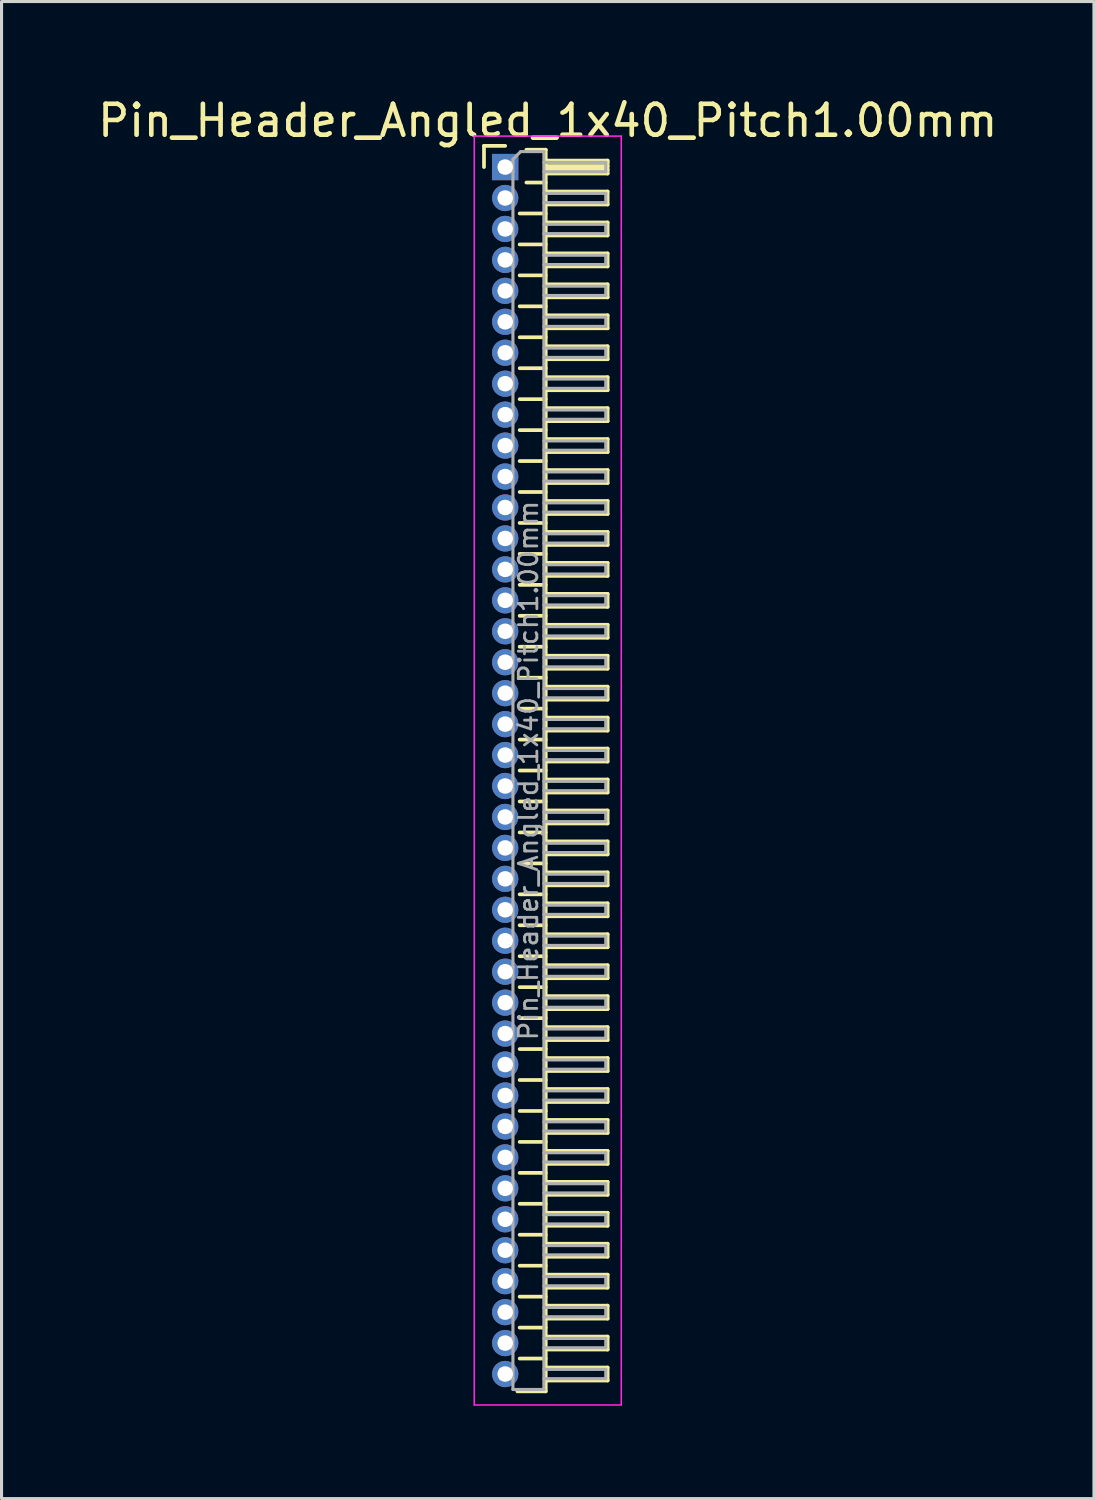
<source format=kicad_pcb>
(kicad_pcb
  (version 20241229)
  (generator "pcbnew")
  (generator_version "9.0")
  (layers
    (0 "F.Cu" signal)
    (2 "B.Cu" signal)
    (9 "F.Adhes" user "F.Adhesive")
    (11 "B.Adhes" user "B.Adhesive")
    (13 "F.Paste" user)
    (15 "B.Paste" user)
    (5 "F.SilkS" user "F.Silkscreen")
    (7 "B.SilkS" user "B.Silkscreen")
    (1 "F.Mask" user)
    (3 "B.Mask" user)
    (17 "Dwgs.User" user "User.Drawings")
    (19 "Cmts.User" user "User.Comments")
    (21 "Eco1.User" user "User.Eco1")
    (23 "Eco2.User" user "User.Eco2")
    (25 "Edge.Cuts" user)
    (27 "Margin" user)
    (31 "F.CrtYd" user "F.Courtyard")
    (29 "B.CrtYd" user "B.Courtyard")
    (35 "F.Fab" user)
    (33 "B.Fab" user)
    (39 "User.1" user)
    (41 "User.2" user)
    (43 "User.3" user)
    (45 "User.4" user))
  (footprint "Pin_Header_Angled_1x40_Pitch1.00mm"
    (layer "F.Cu")
    (at 13.274 2.348)
    (property "Reference" "Pin_Header_Angled_1x40_Pitch1.00mm" (at 1.375 -1.5 0) (layer "F.SilkS") (effects (font (size 1 1) (thickness 0.15))))
    (attr through_hole)
    (fp_line (start -0.685 -0.685) (end 0 -0.685) (stroke (width 0.12) (type solid)) (layer "F.SilkS"))
    (fp_line (start -0.685 0) (end -0.685 -0.685) (stroke (width 0.12) (type solid)) (layer "F.SilkS"))
    (fp_line (start 0.468 1.5) (end 1.31 1.5) (stroke (width 0.12) (type solid)) (layer "F.SilkS"))
    (fp_line (start 0.468 2.5) (end 1.31 2.5) (stroke (width 0.12) (type solid)) (layer "F.SilkS"))
    (fp_line (start 0.468 3.5) (end 1.31 3.5) (stroke (width 0.12) (type solid)) (layer "F.SilkS"))
    (fp_line (start 0.468 4.5) (end 1.31 4.5) (stroke (width 0.12) (type solid)) (layer "F.SilkS"))
    (fp_line (start 0.468 5.5) (end 1.31 5.5) (stroke (width 0.12) (type solid)) (layer "F.SilkS"))
    (fp_line (start 0.468 6.5) (end 1.31 6.5) (stroke (width 0.12) (type solid)) (layer "F.SilkS"))
    (fp_line (start 0.468 7.5) (end 1.31 7.5) (stroke (width 0.12) (type solid)) (layer "F.SilkS"))
    (fp_line (start 0.468 8.5) (end 1.31 8.5) (stroke (width 0.12) (type solid)) (layer "F.SilkS"))
    (fp_line (start 0.468 9.5) (end 1.31 9.5) (stroke (width 0.12) (type solid)) (layer "F.SilkS"))
    (fp_line (start 0.468 10.5) (end 1.31 10.5) (stroke (width 0.12) (type solid)) (layer "F.SilkS"))
    (fp_line (start 0.468 11.5) (end 1.31 11.5) (stroke (width 0.12) (type solid)) (layer "F.SilkS"))
    (fp_line (start 0.468 12.5) (end 1.31 12.5) (stroke (width 0.12) (type solid)) (layer "F.SilkS"))
    (fp_line (start 0.468 13.5) (end 1.31 13.5) (stroke (width 0.12) (type solid)) (layer "F.SilkS"))
    (fp_line (start 0.468 14.5) (end 1.31 14.5) (stroke (width 0.12) (type solid)) (layer "F.SilkS"))
    (fp_line (start 0.468 15.5) (end 1.31 15.5) (stroke (width 0.12) (type solid)) (layer "F.SilkS"))
    (fp_line (start 0.468 16.5) (end 1.31 16.5) (stroke (width 0.12) (type solid)) (layer "F.SilkS"))
    (fp_line (start 0.468 17.5) (end 1.31 17.5) (stroke (width 0.12) (type solid)) (layer "F.SilkS"))
    (fp_line (start 0.468 18.5) (end 1.31 18.5) (stroke (width 0.12) (type solid)) (layer "F.SilkS"))
    (fp_line (start 0.468 19.5) (end 1.31 19.5) (stroke (width 0.12) (type solid)) (layer "F.SilkS"))
    (fp_line (start 0.468 20.5) (end 1.31 20.5) (stroke (width 0.12) (type solid)) (layer "F.SilkS"))
    (fp_line (start 0.468 21.5) (end 1.31 21.5) (stroke (width 0.12) (type solid)) (layer "F.SilkS"))
    (fp_line (start 0.468 22.5) (end 1.31 22.5) (stroke (width 0.12) (type solid)) (layer "F.SilkS"))
    (fp_line (start 0.468 23.5) (end 1.31 23.5) (stroke (width 0.12) (type solid)) (layer "F.SilkS"))
    (fp_line (start 0.468 24.5) (end 1.31 24.5) (stroke (width 0.12) (type solid)) (layer "F.SilkS"))
    (fp_line (start 0.468 25.5) (end 1.31 25.5) (stroke (width 0.12) (type solid)) (layer "F.SilkS"))
    (fp_line (start 0.468 26.5) (end 1.31 26.5) (stroke (width 0.12) (type solid)) (layer "F.SilkS"))
    (fp_line (start 0.468 27.5) (end 1.31 27.5) (stroke (width 0.12) (type solid)) (layer "F.SilkS"))
    (fp_line (start 0.468 28.5) (end 1.31 28.5) (stroke (width 0.12) (type solid)) (layer "F.SilkS"))
    (fp_line (start 0.468 29.5) (end 1.31 29.5) (stroke (width 0.12) (type solid)) (layer "F.SilkS"))
    (fp_line (start 0.468 30.5) (end 1.31 30.5) (stroke (width 0.12) (type solid)) (layer "F.SilkS"))
    (fp_line (start 0.468 31.5) (end 1.31 31.5) (stroke (width 0.12) (type solid)) (layer "F.SilkS"))
    (fp_line (start 0.468 32.5) (end 1.31 32.5) (stroke (width 0.12) (type solid)) (layer "F.SilkS"))
    (fp_line (start 0.468 33.5) (end 1.31 33.5) (stroke (width 0.12) (type solid)) (layer "F.SilkS"))
    (fp_line (start 0.468 34.5) (end 1.31 34.5) (stroke (width 0.12) (type solid)) (layer "F.SilkS"))
    (fp_line (start 0.468 35.5) (end 1.31 35.5) (stroke (width 0.12) (type solid)) (layer "F.SilkS"))
    (fp_line (start 0.468 36.5) (end 1.31 36.5) (stroke (width 0.12) (type solid)) (layer "F.SilkS"))
    (fp_line (start 0.468 37.5) (end 1.31 37.5) (stroke (width 0.12) (type solid)) (layer "F.SilkS"))
    (fp_line (start 0.468 38.5) (end 1.31 38.5) (stroke (width 0.12) (type solid)) (layer "F.SilkS"))
    (fp_line (start 0.685 -0.56) (end 1.31 -0.56) (stroke (width 0.12) (type solid)) (layer "F.SilkS"))
    (fp_line (start 0.685 0.5) (end 1.31 0.5) (stroke (width 0.12) (type solid)) (layer "F.SilkS"))
    (fp_line (start 1.31 -0.56) (end 1.31 39.56) (stroke (width 0.12) (type solid)) (layer "F.SilkS"))
    (fp_line (start 1.31 -0.21) (end 3.31 -0.21) (stroke (width 0.12) (type solid)) (layer "F.SilkS"))
    (fp_line (start 1.31 -0.15) (end 3.31 -0.15) (stroke (width 0.12) (type solid)) (layer "F.SilkS"))
    (fp_line (start 1.31 -0.03) (end 3.31 -0.03) (stroke (width 0.12) (type solid)) (layer "F.SilkS"))
    (fp_line (start 1.31 0.09) (end 3.31 0.09) (stroke (width 0.12) (type solid)) (layer "F.SilkS"))
    (fp_line (start 1.31 0.79) (end 3.31 0.79) (stroke (width 0.12) (type solid)) (layer "F.SilkS"))
    (fp_line (start 1.31 1.79) (end 3.31 1.79) (stroke (width 0.12) (type solid)) (layer "F.SilkS"))
    (fp_line (start 1.31 2.79) (end 3.31 2.79) (stroke (width 0.12) (type solid)) (layer "F.SilkS"))
    (fp_line (start 1.31 3.79) (end 3.31 3.79) (stroke (width 0.12) (type solid)) (layer "F.SilkS"))
    (fp_line (start 1.31 4.79) (end 3.31 4.79) (stroke (width 0.12) (type solid)) (layer "F.SilkS"))
    (fp_line (start 1.31 5.79) (end 3.31 5.79) (stroke (width 0.12) (type solid)) (layer "F.SilkS"))
    (fp_line (start 1.31 6.79) (end 3.31 6.79) (stroke (width 0.12) (type solid)) (layer "F.SilkS"))
    (fp_line (start 1.31 7.79) (end 3.31 7.79) (stroke (width 0.12) (type solid)) (layer "F.SilkS"))
    (fp_line (start 1.31 8.79) (end 3.31 8.79) (stroke (width 0.12) (type solid)) (layer "F.SilkS"))
    (fp_line (start 1.31 9.79) (end 3.31 9.79) (stroke (width 0.12) (type solid)) (layer "F.SilkS"))
    (fp_line (start 1.31 10.79) (end 3.31 10.79) (stroke (width 0.12) (type solid)) (layer "F.SilkS"))
    (fp_line (start 1.31 11.79) (end 3.31 11.79) (stroke (width 0.12) (type solid)) (layer "F.SilkS"))
    (fp_line (start 1.31 12.79) (end 3.31 12.79) (stroke (width 0.12) (type solid)) (layer "F.SilkS"))
    (fp_line (start 1.31 13.79) (end 3.31 13.79) (stroke (width 0.12) (type solid)) (layer "F.SilkS"))
    (fp_line (start 1.31 14.79) (end 3.31 14.79) (stroke (width 0.12) (type solid)) (layer "F.SilkS"))
    (fp_line (start 1.31 15.79) (end 3.31 15.79) (stroke (width 0.12) (type solid)) (layer "F.SilkS"))
    (fp_line (start 1.31 16.79) (end 3.31 16.79) (stroke (width 0.12) (type solid)) (layer "F.SilkS"))
    (fp_line (start 1.31 17.79) (end 3.31 17.79) (stroke (width 0.12) (type solid)) (layer "F.SilkS"))
    (fp_line (start 1.31 18.79) (end 3.31 18.79) (stroke (width 0.12) (type solid)) (layer "F.SilkS"))
    (fp_line (start 1.31 19.79) (end 3.31 19.79) (stroke (width 0.12) (type solid)) (layer "F.SilkS"))
    (fp_line (start 1.31 20.79) (end 3.31 20.79) (stroke (width 0.12) (type solid)) (layer "F.SilkS"))
    (fp_line (start 1.31 21.79) (end 3.31 21.79) (stroke (width 0.12) (type solid)) (layer "F.SilkS"))
    (fp_line (start 1.31 22.79) (end 3.31 22.79) (stroke (width 0.12) (type solid)) (layer "F.SilkS"))
    (fp_line (start 1.31 23.79) (end 3.31 23.79) (stroke (width 0.12) (type solid)) (layer "F.SilkS"))
    (fp_line (start 1.31 24.79) (end 3.31 24.79) (stroke (width 0.12) (type solid)) (layer "F.SilkS"))
    (fp_line (start 1.31 25.79) (end 3.31 25.79) (stroke (width 0.12) (type solid)) (layer "F.SilkS"))
    (fp_line (start 1.31 26.79) (end 3.31 26.79) (stroke (width 0.12) (type solid)) (layer "F.SilkS"))
    (fp_line (start 1.31 27.79) (end 3.31 27.79) (stroke (width 0.12) (type solid)) (layer "F.SilkS"))
    (fp_line (start 1.31 28.79) (end 3.31 28.79) (stroke (width 0.12) (type solid)) (layer "F.SilkS"))
    (fp_line (start 1.31 29.79) (end 3.31 29.79) (stroke (width 0.12) (type solid)) (layer "F.SilkS"))
    (fp_line (start 1.31 30.79) (end 3.31 30.79) (stroke (width 0.12) (type solid)) (layer "F.SilkS"))
    (fp_line (start 1.31 31.79) (end 3.31 31.79) (stroke (width 0.12) (type solid)) (layer "F.SilkS"))
    (fp_line (start 1.31 32.79) (end 3.31 32.79) (stroke (width 0.12) (type solid)) (layer "F.SilkS"))
    (fp_line (start 1.31 33.79) (end 3.31 33.79) (stroke (width 0.12) (type solid)) (layer "F.SilkS"))
    (fp_line (start 1.31 34.79) (end 3.31 34.79) (stroke (width 0.12) (type solid)) (layer "F.SilkS"))
    (fp_line (start 1.31 35.79) (end 3.31 35.79) (stroke (width 0.12) (type solid)) (layer "F.SilkS"))
    (fp_line (start 1.31 36.79) (end 3.31 36.79) (stroke (width 0.12) (type solid)) (layer "F.SilkS"))
    (fp_line (start 1.31 37.79) (end 3.31 37.79) (stroke (width 0.12) (type solid)) (layer "F.SilkS"))
    (fp_line (start 1.31 38.79) (end 3.31 38.79) (stroke (width 0.12) (type solid)) (layer "F.SilkS"))
    (fp_line (start 1.31 39.56) (end 0.394 39.56) (stroke (width 0.12) (type solid)) (layer "F.SilkS"))
    (fp_line (start 3.31 -0.21) (end 3.31 0.21) (stroke (width 0.12) (type solid)) (layer "F.SilkS"))
    (fp_line (start 3.31 0.21) (end 1.31 0.21) (stroke (width 0.12) (type solid)) (layer "F.SilkS"))
    (fp_line (start 3.31 0.79) (end 3.31 1.21) (stroke (width 0.12) (type solid)) (layer "F.SilkS"))
    (fp_line (start 3.31 1.21) (end 1.31 1.21) (stroke (width 0.12) (type solid)) (layer "F.SilkS"))
    (fp_line (start 3.31 1.79) (end 3.31 2.21) (stroke (width 0.12) (type solid)) (layer "F.SilkS"))
    (fp_line (start 3.31 2.21) (end 1.31 2.21) (stroke (width 0.12) (type solid)) (layer "F.SilkS"))
    (fp_line (start 3.31 2.79) (end 3.31 3.21) (stroke (width 0.12) (type solid)) (layer "F.SilkS"))
    (fp_line (start 3.31 3.21) (end 1.31 3.21) (stroke (width 0.12) (type solid)) (layer "F.SilkS"))
    (fp_line (start 3.31 3.79) (end 3.31 4.21) (stroke (width 0.12) (type solid)) (layer "F.SilkS"))
    (fp_line (start 3.31 4.21) (end 1.31 4.21) (stroke (width 0.12) (type solid)) (layer "F.SilkS"))
    (fp_line (start 3.31 4.79) (end 3.31 5.21) (stroke (width 0.12) (type solid)) (layer "F.SilkS"))
    (fp_line (start 3.31 5.21) (end 1.31 5.21) (stroke (width 0.12) (type solid)) (layer "F.SilkS"))
    (fp_line (start 3.31 5.79) (end 3.31 6.21) (stroke (width 0.12) (type solid)) (layer "F.SilkS"))
    (fp_line (start 3.31 6.21) (end 1.31 6.21) (stroke (width 0.12) (type solid)) (layer "F.SilkS"))
    (fp_line (start 3.31 6.79) (end 3.31 7.21) (stroke (width 0.12) (type solid)) (layer "F.SilkS"))
    (fp_line (start 3.31 7.21) (end 1.31 7.21) (stroke (width 0.12) (type solid)) (layer "F.SilkS"))
    (fp_line (start 3.31 7.79) (end 3.31 8.21) (stroke (width 0.12) (type solid)) (layer "F.SilkS"))
    (fp_line (start 3.31 8.21) (end 1.31 8.21) (stroke (width 0.12) (type solid)) (layer "F.SilkS"))
    (fp_line (start 3.31 8.79) (end 3.31 9.21) (stroke (width 0.12) (type solid)) (layer "F.SilkS"))
    (fp_line (start 3.31 9.21) (end 1.31 9.21) (stroke (width 0.12) (type solid)) (layer "F.SilkS"))
    (fp_line (start 3.31 9.79) (end 3.31 10.21) (stroke (width 0.12) (type solid)) (layer "F.SilkS"))
    (fp_line (start 3.31 10.21) (end 1.31 10.21) (stroke (width 0.12) (type solid)) (layer "F.SilkS"))
    (fp_line (start 3.31 10.79) (end 3.31 11.21) (stroke (width 0.12) (type solid)) (layer "F.SilkS"))
    (fp_line (start 3.31 11.21) (end 1.31 11.21) (stroke (width 0.12) (type solid)) (layer "F.SilkS"))
    (fp_line (start 3.31 11.79) (end 3.31 12.21) (stroke (width 0.12) (type solid)) (layer "F.SilkS"))
    (fp_line (start 3.31 12.21) (end 1.31 12.21) (stroke (width 0.12) (type solid)) (layer "F.SilkS"))
    (fp_line (start 3.31 12.79) (end 3.31 13.21) (stroke (width 0.12) (type solid)) (layer "F.SilkS"))
    (fp_line (start 3.31 13.21) (end 1.31 13.21) (stroke (width 0.12) (type solid)) (layer "F.SilkS"))
    (fp_line (start 3.31 13.79) (end 3.31 14.21) (stroke (width 0.12) (type solid)) (layer "F.SilkS"))
    (fp_line (start 3.31 14.21) (end 1.31 14.21) (stroke (width 0.12) (type solid)) (layer "F.SilkS"))
    (fp_line (start 3.31 14.79) (end 3.31 15.21) (stroke (width 0.12) (type solid)) (layer "F.SilkS"))
    (fp_line (start 3.31 15.21) (end 1.31 15.21) (stroke (width 0.12) (type solid)) (layer "F.SilkS"))
    (fp_line (start 3.31 15.79) (end 3.31 16.21) (stroke (width 0.12) (type solid)) (layer "F.SilkS"))
    (fp_line (start 3.31 16.21) (end 1.31 16.21) (stroke (width 0.12) (type solid)) (layer "F.SilkS"))
    (fp_line (start 3.31 16.79) (end 3.31 17.21) (stroke (width 0.12) (type solid)) (layer "F.SilkS"))
    (fp_line (start 3.31 17.21) (end 1.31 17.21) (stroke (width 0.12) (type solid)) (layer "F.SilkS"))
    (fp_line (start 3.31 17.79) (end 3.31 18.21) (stroke (width 0.12) (type solid)) (layer "F.SilkS"))
    (fp_line (start 3.31 18.21) (end 1.31 18.21) (stroke (width 0.12) (type solid)) (layer "F.SilkS"))
    (fp_line (start 3.31 18.79) (end 3.31 19.21) (stroke (width 0.12) (type solid)) (layer "F.SilkS"))
    (fp_line (start 3.31 19.21) (end 1.31 19.21) (stroke (width 0.12) (type solid)) (layer "F.SilkS"))
    (fp_line (start 3.31 19.79) (end 3.31 20.21) (stroke (width 0.12) (type solid)) (layer "F.SilkS"))
    (fp_line (start 3.31 20.21) (end 1.31 20.21) (stroke (width 0.12) (type solid)) (layer "F.SilkS"))
    (fp_line (start 3.31 20.79) (end 3.31 21.21) (stroke (width 0.12) (type solid)) (layer "F.SilkS"))
    (fp_line (start 3.31 21.21) (end 1.31 21.21) (stroke (width 0.12) (type solid)) (layer "F.SilkS"))
    (fp_line (start 3.31 21.79) (end 3.31 22.21) (stroke (width 0.12) (type solid)) (layer "F.SilkS"))
    (fp_line (start 3.31 22.21) (end 1.31 22.21) (stroke (width 0.12) (type solid)) (layer "F.SilkS"))
    (fp_line (start 3.31 22.79) (end 3.31 23.21) (stroke (width 0.12) (type solid)) (layer "F.SilkS"))
    (fp_line (start 3.31 23.21) (end 1.31 23.21) (stroke (width 0.12) (type solid)) (layer "F.SilkS"))
    (fp_line (start 3.31 23.79) (end 3.31 24.21) (stroke (width 0.12) (type solid)) (layer "F.SilkS"))
    (fp_line (start 3.31 24.21) (end 1.31 24.21) (stroke (width 0.12) (type solid)) (layer "F.SilkS"))
    (fp_line (start 3.31 24.79) (end 3.31 25.21) (stroke (width 0.12) (type solid)) (layer "F.SilkS"))
    (fp_line (start 3.31 25.21) (end 1.31 25.21) (stroke (width 0.12) (type solid)) (layer "F.SilkS"))
    (fp_line (start 3.31 25.79) (end 3.31 26.21) (stroke (width 0.12) (type solid)) (layer "F.SilkS"))
    (fp_line (start 3.31 26.21) (end 1.31 26.21) (stroke (width 0.12) (type solid)) (layer "F.SilkS"))
    (fp_line (start 3.31 26.79) (end 3.31 27.21) (stroke (width 0.12) (type solid)) (layer "F.SilkS"))
    (fp_line (start 3.31 27.21) (end 1.31 27.21) (stroke (width 0.12) (type solid)) (layer "F.SilkS"))
    (fp_line (start 3.31 27.79) (end 3.31 28.21) (stroke (width 0.12) (type solid)) (layer "F.SilkS"))
    (fp_line (start 3.31 28.21) (end 1.31 28.21) (stroke (width 0.12) (type solid)) (layer "F.SilkS"))
    (fp_line (start 3.31 28.79) (end 3.31 29.21) (stroke (width 0.12) (type solid)) (layer "F.SilkS"))
    (fp_line (start 3.31 29.21) (end 1.31 29.21) (stroke (width 0.12) (type solid)) (layer "F.SilkS"))
    (fp_line (start 3.31 29.79) (end 3.31 30.21) (stroke (width 0.12) (type solid)) (layer "F.SilkS"))
    (fp_line (start 3.31 30.21) (end 1.31 30.21) (stroke (width 0.12) (type solid)) (layer "F.SilkS"))
    (fp_line (start 3.31 30.79) (end 3.31 31.21) (stroke (width 0.12) (type solid)) (layer "F.SilkS"))
    (fp_line (start 3.31 31.21) (end 1.31 31.21) (stroke (width 0.12) (type solid)) (layer "F.SilkS"))
    (fp_line (start 3.31 31.79) (end 3.31 32.21) (stroke (width 0.12) (type solid)) (layer "F.SilkS"))
    (fp_line (start 3.31 32.21) (end 1.31 32.21) (stroke (width 0.12) (type solid)) (layer "F.SilkS"))
    (fp_line (start 3.31 32.79) (end 3.31 33.21) (stroke (width 0.12) (type solid)) (layer "F.SilkS"))
    (fp_line (start 3.31 33.21) (end 1.31 33.21) (stroke (width 0.12) (type solid)) (layer "F.SilkS"))
    (fp_line (start 3.31 33.79) (end 3.31 34.21) (stroke (width 0.12) (type solid)) (layer "F.SilkS"))
    (fp_line (start 3.31 34.21) (end 1.31 34.21) (stroke (width 0.12) (type solid)) (layer "F.SilkS"))
    (fp_line (start 3.31 34.79) (end 3.31 35.21) (stroke (width 0.12) (type solid)) (layer "F.SilkS"))
    (fp_line (start 3.31 35.21) (end 1.31 35.21) (stroke (width 0.12) (type solid)) (layer "F.SilkS"))
    (fp_line (start 3.31 35.79) (end 3.31 36.21) (stroke (width 0.12) (type solid)) (layer "F.SilkS"))
    (fp_line (start 3.31 36.21) (end 1.31 36.21) (stroke (width 0.12) (type solid)) (layer "F.SilkS"))
    (fp_line (start 3.31 36.79) (end 3.31 37.21) (stroke (width 0.12) (type solid)) (layer "F.SilkS"))
    (fp_line (start 3.31 37.21) (end 1.31 37.21) (stroke (width 0.12) (type solid)) (layer "F.SilkS"))
    (fp_line (start 3.31 37.79) (end 3.31 38.21) (stroke (width 0.12) (type solid)) (layer "F.SilkS"))
    (fp_line (start 3.31 38.21) (end 1.31 38.21) (stroke (width 0.12) (type solid)) (layer "F.SilkS"))
    (fp_line (start 3.31 38.79) (end 3.31 39.21) (stroke (width 0.12) (type solid)) (layer "F.SilkS"))
    (fp_line (start 3.31 39.21) (end 1.31 39.21) (stroke (width 0.12) (type solid)) (layer "F.SilkS"))
    (fp_line (start -1 -1) (end -1 40) (stroke (width 0.05) (type solid)) (layer "F.CrtYd"))
    (fp_line (start -1 40) (end 3.75 40) (stroke (width 0.05) (type solid)) (layer "F.CrtYd"))
    (fp_line (start 3.75 -1) (end -1 -1) (stroke (width 0.05) (type solid)) (layer "F.CrtYd"))
    (fp_line (start 3.75 40) (end 3.75 -1) (stroke (width 0.05) (type solid)) (layer "F.CrtYd"))
    (fp_line (start -0.15 -0.15) (end -0.15 0.15) (stroke (width 0.1) (type solid)) (layer "F.Fab"))
    (fp_line (start -0.15 -0.15) (end 0.25 -0.15) (stroke (width 0.1) (type solid)) (layer "F.Fab"))
    (fp_line (start -0.15 0.15) (end 0.25 0.15) (stroke (width 0.1) (type solid)) (layer "F.Fab"))
    (fp_line (start -0.15 0.85) (end -0.15 1.15) (stroke (width 0.1) (type solid)) (layer "F.Fab"))
    (fp_line (start -0.15 0.85) (end 0.25 0.85) (stroke (width 0.1) (type solid)) (layer "F.Fab"))
    (fp_line (start -0.15 1.15) (end 0.25 1.15) (stroke (width 0.1) (type solid)) (layer "F.Fab"))
    (fp_line (start -0.15 1.85) (end -0.15 2.15) (stroke (width 0.1) (type solid)) (layer "F.Fab"))
    (fp_line (start -0.15 1.85) (end 0.25 1.85) (stroke (width 0.1) (type solid)) (layer "F.Fab"))
    (fp_line (start -0.15 2.15) (end 0.25 2.15) (stroke (width 0.1) (type solid)) (layer "F.Fab"))
    (fp_line (start -0.15 2.85) (end -0.15 3.15) (stroke (width 0.1) (type solid)) (layer "F.Fab"))
    (fp_line (start -0.15 2.85) (end 0.25 2.85) (stroke (width 0.1) (type solid)) (layer "F.Fab"))
    (fp_line (start -0.15 3.15) (end 0.25 3.15) (stroke (width 0.1) (type solid)) (layer "F.Fab"))
    (fp_line (start -0.15 3.85) (end -0.15 4.15) (stroke (width 0.1) (type solid)) (layer "F.Fab"))
    (fp_line (start -0.15 3.85) (end 0.25 3.85) (stroke (width 0.1) (type solid)) (layer "F.Fab"))
    (fp_line (start -0.15 4.15) (end 0.25 4.15) (stroke (width 0.1) (type solid)) (layer "F.Fab"))
    (fp_line (start -0.15 4.85) (end -0.15 5.15) (stroke (width 0.1) (type solid)) (layer "F.Fab"))
    (fp_line (start -0.15 4.85) (end 0.25 4.85) (stroke (width 0.1) (type solid)) (layer "F.Fab"))
    (fp_line (start -0.15 5.15) (end 0.25 5.15) (stroke (width 0.1) (type solid)) (layer "F.Fab"))
    (fp_line (start -0.15 5.85) (end -0.15 6.15) (stroke (width 0.1) (type solid)) (layer "F.Fab"))
    (fp_line (start -0.15 5.85) (end 0.25 5.85) (stroke (width 0.1) (type solid)) (layer "F.Fab"))
    (fp_line (start -0.15 6.15) (end 0.25 6.15) (stroke (width 0.1) (type solid)) (layer "F.Fab"))
    (fp_line (start -0.15 6.85) (end -0.15 7.15) (stroke (width 0.1) (type solid)) (layer "F.Fab"))
    (fp_line (start -0.15 6.85) (end 0.25 6.85) (stroke (width 0.1) (type solid)) (layer "F.Fab"))
    (fp_line (start -0.15 7.15) (end 0.25 7.15) (stroke (width 0.1) (type solid)) (layer "F.Fab"))
    (fp_line (start -0.15 7.85) (end -0.15 8.15) (stroke (width 0.1) (type solid)) (layer "F.Fab"))
    (fp_line (start -0.15 7.85) (end 0.25 7.85) (stroke (width 0.1) (type solid)) (layer "F.Fab"))
    (fp_line (start -0.15 8.15) (end 0.25 8.15) (stroke (width 0.1) (type solid)) (layer "F.Fab"))
    (fp_line (start -0.15 8.85) (end -0.15 9.15) (stroke (width 0.1) (type solid)) (layer "F.Fab"))
    (fp_line (start -0.15 8.85) (end 0.25 8.85) (stroke (width 0.1) (type solid)) (layer "F.Fab"))
    (fp_line (start -0.15 9.15) (end 0.25 9.15) (stroke (width 0.1) (type solid)) (layer "F.Fab"))
    (fp_line (start -0.15 9.85) (end -0.15 10.15) (stroke (width 0.1) (type solid)) (layer "F.Fab"))
    (fp_line (start -0.15 9.85) (end 0.25 9.85) (stroke (width 0.1) (type solid)) (layer "F.Fab"))
    (fp_line (start -0.15 10.15) (end 0.25 10.15) (stroke (width 0.1) (type solid)) (layer "F.Fab"))
    (fp_line (start -0.15 10.85) (end -0.15 11.15) (stroke (width 0.1) (type solid)) (layer "F.Fab"))
    (fp_line (start -0.15 10.85) (end 0.25 10.85) (stroke (width 0.1) (type solid)) (layer "F.Fab"))
    (fp_line (start -0.15 11.15) (end 0.25 11.15) (stroke (width 0.1) (type solid)) (layer "F.Fab"))
    (fp_line (start -0.15 11.85) (end -0.15 12.15) (stroke (width 0.1) (type solid)) (layer "F.Fab"))
    (fp_line (start -0.15 11.85) (end 0.25 11.85) (stroke (width 0.1) (type solid)) (layer "F.Fab"))
    (fp_line (start -0.15 12.15) (end 0.25 12.15) (stroke (width 0.1) (type solid)) (layer "F.Fab"))
    (fp_line (start -0.15 12.85) (end -0.15 13.15) (stroke (width 0.1) (type solid)) (layer "F.Fab"))
    (fp_line (start -0.15 12.85) (end 0.25 12.85) (stroke (width 0.1) (type solid)) (layer "F.Fab"))
    (fp_line (start -0.15 13.15) (end 0.25 13.15) (stroke (width 0.1) (type solid)) (layer "F.Fab"))
    (fp_line (start -0.15 13.85) (end -0.15 14.15) (stroke (width 0.1) (type solid)) (layer "F.Fab"))
    (fp_line (start -0.15 13.85) (end 0.25 13.85) (stroke (width 0.1) (type solid)) (layer "F.Fab"))
    (fp_line (start -0.15 14.15) (end 0.25 14.15) (stroke (width 0.1) (type solid)) (layer "F.Fab"))
    (fp_line (start -0.15 14.85) (end -0.15 15.15) (stroke (width 0.1) (type solid)) (layer "F.Fab"))
    (fp_line (start -0.15 14.85) (end 0.25 14.85) (stroke (width 0.1) (type solid)) (layer "F.Fab"))
    (fp_line (start -0.15 15.15) (end 0.25 15.15) (stroke (width 0.1) (type solid)) (layer "F.Fab"))
    (fp_line (start -0.15 15.85) (end -0.15 16.15) (stroke (width 0.1) (type solid)) (layer "F.Fab"))
    (fp_line (start -0.15 15.85) (end 0.25 15.85) (stroke (width 0.1) (type solid)) (layer "F.Fab"))
    (fp_line (start -0.15 16.15) (end 0.25 16.15) (stroke (width 0.1) (type solid)) (layer "F.Fab"))
    (fp_line (start -0.15 16.85) (end -0.15 17.15) (stroke (width 0.1) (type solid)) (layer "F.Fab"))
    (fp_line (start -0.15 16.85) (end 0.25 16.85) (stroke (width 0.1) (type solid)) (layer "F.Fab"))
    (fp_line (start -0.15 17.15) (end 0.25 17.15) (stroke (width 0.1) (type solid)) (layer "F.Fab"))
    (fp_line (start -0.15 17.85) (end -0.15 18.15) (stroke (width 0.1) (type solid)) (layer "F.Fab"))
    (fp_line (start -0.15 17.85) (end 0.25 17.85) (stroke (width 0.1) (type solid)) (layer "F.Fab"))
    (fp_line (start -0.15 18.15) (end 0.25 18.15) (stroke (width 0.1) (type solid)) (layer "F.Fab"))
    (fp_line (start -0.15 18.85) (end -0.15 19.15) (stroke (width 0.1) (type solid)) (layer "F.Fab"))
    (fp_line (start -0.15 18.85) (end 0.25 18.85) (stroke (width 0.1) (type solid)) (layer "F.Fab"))
    (fp_line (start -0.15 19.15) (end 0.25 19.15) (stroke (width 0.1) (type solid)) (layer "F.Fab"))
    (fp_line (start -0.15 19.85) (end -0.15 20.15) (stroke (width 0.1) (type solid)) (layer "F.Fab"))
    (fp_line (start -0.15 19.85) (end 0.25 19.85) (stroke (width 0.1) (type solid)) (layer "F.Fab"))
    (fp_line (start -0.15 20.15) (end 0.25 20.15) (stroke (width 0.1) (type solid)) (layer "F.Fab"))
    (fp_line (start -0.15 20.85) (end -0.15 21.15) (stroke (width 0.1) (type solid)) (layer "F.Fab"))
    (fp_line (start -0.15 20.85) (end 0.25 20.85) (stroke (width 0.1) (type solid)) (layer "F.Fab"))
    (fp_line (start -0.15 21.15) (end 0.25 21.15) (stroke (width 0.1) (type solid)) (layer "F.Fab"))
    (fp_line (start -0.15 21.85) (end -0.15 22.15) (stroke (width 0.1) (type solid)) (layer "F.Fab"))
    (fp_line (start -0.15 21.85) (end 0.25 21.85) (stroke (width 0.1) (type solid)) (layer "F.Fab"))
    (fp_line (start -0.15 22.15) (end 0.25 22.15) (stroke (width 0.1) (type solid)) (layer "F.Fab"))
    (fp_line (start -0.15 22.85) (end -0.15 23.15) (stroke (width 0.1) (type solid)) (layer "F.Fab"))
    (fp_line (start -0.15 22.85) (end 0.25 22.85) (stroke (width 0.1) (type solid)) (layer "F.Fab"))
    (fp_line (start -0.15 23.15) (end 0.25 23.15) (stroke (width 0.1) (type solid)) (layer "F.Fab"))
    (fp_line (start -0.15 23.85) (end -0.15 24.15) (stroke (width 0.1) (type solid)) (layer "F.Fab"))
    (fp_line (start -0.15 23.85) (end 0.25 23.85) (stroke (width 0.1) (type solid)) (layer "F.Fab"))
    (fp_line (start -0.15 24.15) (end 0.25 24.15) (stroke (width 0.1) (type solid)) (layer "F.Fab"))
    (fp_line (start -0.15 24.85) (end -0.15 25.15) (stroke (width 0.1) (type solid)) (layer "F.Fab"))
    (fp_line (start -0.15 24.85) (end 0.25 24.85) (stroke (width 0.1) (type solid)) (layer "F.Fab"))
    (fp_line (start -0.15 25.15) (end 0.25 25.15) (stroke (width 0.1) (type solid)) (layer "F.Fab"))
    (fp_line (start -0.15 25.85) (end -0.15 26.15) (stroke (width 0.1) (type solid)) (layer "F.Fab"))
    (fp_line (start -0.15 25.85) (end 0.25 25.85) (stroke (width 0.1) (type solid)) (layer "F.Fab"))
    (fp_line (start -0.15 26.15) (end 0.25 26.15) (stroke (width 0.1) (type solid)) (layer "F.Fab"))
    (fp_line (start -0.15 26.85) (end -0.15 27.15) (stroke (width 0.1) (type solid)) (layer "F.Fab"))
    (fp_line (start -0.15 26.85) (end 0.25 26.85) (stroke (width 0.1) (type solid)) (layer "F.Fab"))
    (fp_line (start -0.15 27.15) (end 0.25 27.15) (stroke (width 0.1) (type solid)) (layer "F.Fab"))
    (fp_line (start -0.15 27.85) (end -0.15 28.15) (stroke (width 0.1) (type solid)) (layer "F.Fab"))
    (fp_line (start -0.15 27.85) (end 0.25 27.85) (stroke (width 0.1) (type solid)) (layer "F.Fab"))
    (fp_line (start -0.15 28.15) (end 0.25 28.15) (stroke (width 0.1) (type solid)) (layer "F.Fab"))
    (fp_line (start -0.15 28.85) (end -0.15 29.15) (stroke (width 0.1) (type solid)) (layer "F.Fab"))
    (fp_line (start -0.15 28.85) (end 0.25 28.85) (stroke (width 0.1) (type solid)) (layer "F.Fab"))
    (fp_line (start -0.15 29.15) (end 0.25 29.15) (stroke (width 0.1) (type solid)) (layer "F.Fab"))
    (fp_line (start -0.15 29.85) (end -0.15 30.15) (stroke (width 0.1) (type solid)) (layer "F.Fab"))
    (fp_line (start -0.15 29.85) (end 0.25 29.85) (stroke (width 0.1) (type solid)) (layer "F.Fab"))
    (fp_line (start -0.15 30.15) (end 0.25 30.15) (stroke (width 0.1) (type solid)) (layer "F.Fab"))
    (fp_line (start -0.15 30.85) (end -0.15 31.15) (stroke (width 0.1) (type solid)) (layer "F.Fab"))
    (fp_line (start -0.15 30.85) (end 0.25 30.85) (stroke (width 0.1) (type solid)) (layer "F.Fab"))
    (fp_line (start -0.15 31.15) (end 0.25 31.15) (stroke (width 0.1) (type solid)) (layer "F.Fab"))
    (fp_line (start -0.15 31.85) (end -0.15 32.15) (stroke (width 0.1) (type solid)) (layer "F.Fab"))
    (fp_line (start -0.15 31.85) (end 0.25 31.85) (stroke (width 0.1) (type solid)) (layer "F.Fab"))
    (fp_line (start -0.15 32.15) (end 0.25 32.15) (stroke (width 0.1) (type solid)) (layer "F.Fab"))
    (fp_line (start -0.15 32.85) (end -0.15 33.15) (stroke (width 0.1) (type solid)) (layer "F.Fab"))
    (fp_line (start -0.15 32.85) (end 0.25 32.85) (stroke (width 0.1) (type solid)) (layer "F.Fab"))
    (fp_line (start -0.15 33.15) (end 0.25 33.15) (stroke (width 0.1) (type solid)) (layer "F.Fab"))
    (fp_line (start -0.15 33.85) (end -0.15 34.15) (stroke (width 0.1) (type solid)) (layer "F.Fab"))
    (fp_line (start -0.15 33.85) (end 0.25 33.85) (stroke (width 0.1) (type solid)) (layer "F.Fab"))
    (fp_line (start -0.15 34.15) (end 0.25 34.15) (stroke (width 0.1) (type solid)) (layer "F.Fab"))
    (fp_line (start -0.15 34.85) (end -0.15 35.15) (stroke (width 0.1) (type solid)) (layer "F.Fab"))
    (fp_line (start -0.15 34.85) (end 0.25 34.85) (stroke (width 0.1) (type solid)) (layer "F.Fab"))
    (fp_line (start -0.15 35.15) (end 0.25 35.15) (stroke (width 0.1) (type solid)) (layer "F.Fab"))
    (fp_line (start -0.15 35.85) (end -0.15 36.15) (stroke (width 0.1) (type solid)) (layer "F.Fab"))
    (fp_line (start -0.15 35.85) (end 0.25 35.85) (stroke (width 0.1) (type solid)) (layer "F.Fab"))
    (fp_line (start -0.15 36.15) (end 0.25 36.15) (stroke (width 0.1) (type solid)) (layer "F.Fab"))
    (fp_line (start -0.15 36.85) (end -0.15 37.15) (stroke (width 0.1) (type solid)) (layer "F.Fab"))
    (fp_line (start -0.15 36.85) (end 0.25 36.85) (stroke (width 0.1) (type solid)) (layer "F.Fab"))
    (fp_line (start -0.15 37.15) (end 0.25 37.15) (stroke (width 0.1) (type solid)) (layer "F.Fab"))
    (fp_line (start -0.15 37.85) (end -0.15 38.15) (stroke (width 0.1) (type solid)) (layer "F.Fab"))
    (fp_line (start -0.15 37.85) (end 0.25 37.85) (stroke (width 0.1) (type solid)) (layer "F.Fab"))
    (fp_line (start -0.15 38.15) (end 0.25 38.15) (stroke (width 0.1) (type solid)) (layer "F.Fab"))
    (fp_line (start -0.15 38.85) (end -0.15 39.15) (stroke (width 0.1) (type solid)) (layer "F.Fab"))
    (fp_line (start -0.15 38.85) (end 0.25 38.85) (stroke (width 0.1) (type solid)) (layer "F.Fab"))
    (fp_line (start -0.15 39.15) (end 0.25 39.15) (stroke (width 0.1) (type solid)) (layer "F.Fab"))
    (fp_line (start 0.25 -0.25) (end 0.5 -0.5) (stroke (width 0.1) (type solid)) (layer "F.Fab"))
    (fp_line (start 0.25 39.5) (end 0.25 -0.25) (stroke (width 0.1) (type solid)) (layer "F.Fab"))
    (fp_line (start 0.5 -0.5) (end 1.25 -0.5) (stroke (width 0.1) (type solid)) (layer "F.Fab"))
    (fp_line (start 1.25 -0.5) (end 1.25 39.5) (stroke (width 0.1) (type solid)) (layer "F.Fab"))
    (fp_line (start 1.25 -0.15) (end 3.25 -0.15) (stroke (width 0.1) (type solid)) (layer "F.Fab"))
    (fp_line (start 1.25 0.15) (end 3.25 0.15) (stroke (width 0.1) (type solid)) (layer "F.Fab"))
    (fp_line (start 1.25 0.85) (end 3.25 0.85) (stroke (width 0.1) (type solid)) (layer "F.Fab"))
    (fp_line (start 1.25 1.15) (end 3.25 1.15) (stroke (width 0.1) (type solid)) (layer "F.Fab"))
    (fp_line (start 1.25 1.85) (end 3.25 1.85) (stroke (width 0.1) (type solid)) (layer "F.Fab"))
    (fp_line (start 1.25 2.15) (end 3.25 2.15) (stroke (width 0.1) (type solid)) (layer "F.Fab"))
    (fp_line (start 1.25 2.85) (end 3.25 2.85) (stroke (width 0.1) (type solid)) (layer "F.Fab"))
    (fp_line (start 1.25 3.15) (end 3.25 3.15) (stroke (width 0.1) (type solid)) (layer "F.Fab"))
    (fp_line (start 1.25 3.85) (end 3.25 3.85) (stroke (width 0.1) (type solid)) (layer "F.Fab"))
    (fp_line (start 1.25 4.15) (end 3.25 4.15) (stroke (width 0.1) (type solid)) (layer "F.Fab"))
    (fp_line (start 1.25 4.85) (end 3.25 4.85) (stroke (width 0.1) (type solid)) (layer "F.Fab"))
    (fp_line (start 1.25 5.15) (end 3.25 5.15) (stroke (width 0.1) (type solid)) (layer "F.Fab"))
    (fp_line (start 1.25 5.85) (end 3.25 5.85) (stroke (width 0.1) (type solid)) (layer "F.Fab"))
    (fp_line (start 1.25 6.15) (end 3.25 6.15) (stroke (width 0.1) (type solid)) (layer "F.Fab"))
    (fp_line (start 1.25 6.85) (end 3.25 6.85) (stroke (width 0.1) (type solid)) (layer "F.Fab"))
    (fp_line (start 1.25 7.15) (end 3.25 7.15) (stroke (width 0.1) (type solid)) (layer "F.Fab"))
    (fp_line (start 1.25 7.85) (end 3.25 7.85) (stroke (width 0.1) (type solid)) (layer "F.Fab"))
    (fp_line (start 1.25 8.15) (end 3.25 8.15) (stroke (width 0.1) (type solid)) (layer "F.Fab"))
    (fp_line (start 1.25 8.85) (end 3.25 8.85) (stroke (width 0.1) (type solid)) (layer "F.Fab"))
    (fp_line (start 1.25 9.15) (end 3.25 9.15) (stroke (width 0.1) (type solid)) (layer "F.Fab"))
    (fp_line (start 1.25 9.85) (end 3.25 9.85) (stroke (width 0.1) (type solid)) (layer "F.Fab"))
    (fp_line (start 1.25 10.15) (end 3.25 10.15) (stroke (width 0.1) (type solid)) (layer "F.Fab"))
    (fp_line (start 1.25 10.85) (end 3.25 10.85) (stroke (width 0.1) (type solid)) (layer "F.Fab"))
    (fp_line (start 1.25 11.15) (end 3.25 11.15) (stroke (width 0.1) (type solid)) (layer "F.Fab"))
    (fp_line (start 1.25 11.85) (end 3.25 11.85) (stroke (width 0.1) (type solid)) (layer "F.Fab"))
    (fp_line (start 1.25 12.15) (end 3.25 12.15) (stroke (width 0.1) (type solid)) (layer "F.Fab"))
    (fp_line (start 1.25 12.85) (end 3.25 12.85) (stroke (width 0.1) (type solid)) (layer "F.Fab"))
    (fp_line (start 1.25 13.15) (end 3.25 13.15) (stroke (width 0.1) (type solid)) (layer "F.Fab"))
    (fp_line (start 1.25 13.85) (end 3.25 13.85) (stroke (width 0.1) (type solid)) (layer "F.Fab"))
    (fp_line (start 1.25 14.15) (end 3.25 14.15) (stroke (width 0.1) (type solid)) (layer "F.Fab"))
    (fp_line (start 1.25 14.85) (end 3.25 14.85) (stroke (width 0.1) (type solid)) (layer "F.Fab"))
    (fp_line (start 1.25 15.15) (end 3.25 15.15) (stroke (width 0.1) (type solid)) (layer "F.Fab"))
    (fp_line (start 1.25 15.85) (end 3.25 15.85) (stroke (width 0.1) (type solid)) (layer "F.Fab"))
    (fp_line (start 1.25 16.15) (end 3.25 16.15) (stroke (width 0.1) (type solid)) (layer "F.Fab"))
    (fp_line (start 1.25 16.85) (end 3.25 16.85) (stroke (width 0.1) (type solid)) (layer "F.Fab"))
    (fp_line (start 1.25 17.15) (end 3.25 17.15) (stroke (width 0.1) (type solid)) (layer "F.Fab"))
    (fp_line (start 1.25 17.85) (end 3.25 17.85) (stroke (width 0.1) (type solid)) (layer "F.Fab"))
    (fp_line (start 1.25 18.15) (end 3.25 18.15) (stroke (width 0.1) (type solid)) (layer "F.Fab"))
    (fp_line (start 1.25 18.85) (end 3.25 18.85) (stroke (width 0.1) (type solid)) (layer "F.Fab"))
    (fp_line (start 1.25 19.15) (end 3.25 19.15) (stroke (width 0.1) (type solid)) (layer "F.Fab"))
    (fp_line (start 1.25 19.85) (end 3.25 19.85) (stroke (width 0.1) (type solid)) (layer "F.Fab"))
    (fp_line (start 1.25 20.15) (end 3.25 20.15) (stroke (width 0.1) (type solid)) (layer "F.Fab"))
    (fp_line (start 1.25 20.85) (end 3.25 20.85) (stroke (width 0.1) (type solid)) (layer "F.Fab"))
    (fp_line (start 1.25 21.15) (end 3.25 21.15) (stroke (width 0.1) (type solid)) (layer "F.Fab"))
    (fp_line (start 1.25 21.85) (end 3.25 21.85) (stroke (width 0.1) (type solid)) (layer "F.Fab"))
    (fp_line (start 1.25 22.15) (end 3.25 22.15) (stroke (width 0.1) (type solid)) (layer "F.Fab"))
    (fp_line (start 1.25 22.85) (end 3.25 22.85) (stroke (width 0.1) (type solid)) (layer "F.Fab"))
    (fp_line (start 1.25 23.15) (end 3.25 23.15) (stroke (width 0.1) (type solid)) (layer "F.Fab"))
    (fp_line (start 1.25 23.85) (end 3.25 23.85) (stroke (width 0.1) (type solid)) (layer "F.Fab"))
    (fp_line (start 1.25 24.15) (end 3.25 24.15) (stroke (width 0.1) (type solid)) (layer "F.Fab"))
    (fp_line (start 1.25 24.85) (end 3.25 24.85) (stroke (width 0.1) (type solid)) (layer "F.Fab"))
    (fp_line (start 1.25 25.15) (end 3.25 25.15) (stroke (width 0.1) (type solid)) (layer "F.Fab"))
    (fp_line (start 1.25 25.85) (end 3.25 25.85) (stroke (width 0.1) (type solid)) (layer "F.Fab"))
    (fp_line (start 1.25 26.15) (end 3.25 26.15) (stroke (width 0.1) (type solid)) (layer "F.Fab"))
    (fp_line (start 1.25 26.85) (end 3.25 26.85) (stroke (width 0.1) (type solid)) (layer "F.Fab"))
    (fp_line (start 1.25 27.15) (end 3.25 27.15) (stroke (width 0.1) (type solid)) (layer "F.Fab"))
    (fp_line (start 1.25 27.85) (end 3.25 27.85) (stroke (width 0.1) (type solid)) (layer "F.Fab"))
    (fp_line (start 1.25 28.15) (end 3.25 28.15) (stroke (width 0.1) (type solid)) (layer "F.Fab"))
    (fp_line (start 1.25 28.85) (end 3.25 28.85) (stroke (width 0.1) (type solid)) (layer "F.Fab"))
    (fp_line (start 1.25 29.15) (end 3.25 29.15) (stroke (width 0.1) (type solid)) (layer "F.Fab"))
    (fp_line (start 1.25 29.85) (end 3.25 29.85) (stroke (width 0.1) (type solid)) (layer "F.Fab"))
    (fp_line (start 1.25 30.15) (end 3.25 30.15) (stroke (width 0.1) (type solid)) (layer "F.Fab"))
    (fp_line (start 1.25 30.85) (end 3.25 30.85) (stroke (width 0.1) (type solid)) (layer "F.Fab"))
    (fp_line (start 1.25 31.15) (end 3.25 31.15) (stroke (width 0.1) (type solid)) (layer "F.Fab"))
    (fp_line (start 1.25 31.85) (end 3.25 31.85) (stroke (width 0.1) (type solid)) (layer "F.Fab"))
    (fp_line (start 1.25 32.15) (end 3.25 32.15) (stroke (width 0.1) (type solid)) (layer "F.Fab"))
    (fp_line (start 1.25 32.85) (end 3.25 32.85) (stroke (width 0.1) (type solid)) (layer "F.Fab"))
    (fp_line (start 1.25 33.15) (end 3.25 33.15) (stroke (width 0.1) (type solid)) (layer "F.Fab"))
    (fp_line (start 1.25 33.85) (end 3.25 33.85) (stroke (width 0.1) (type solid)) (layer "F.Fab"))
    (fp_line (start 1.25 34.15) (end 3.25 34.15) (stroke (width 0.1) (type solid)) (layer "F.Fab"))
    (fp_line (start 1.25 34.85) (end 3.25 34.85) (stroke (width 0.1) (type solid)) (layer "F.Fab"))
    (fp_line (start 1.25 35.15) (end 3.25 35.15) (stroke (width 0.1) (type solid)) (layer "F.Fab"))
    (fp_line (start 1.25 35.85) (end 3.25 35.85) (stroke (width 0.1) (type solid)) (layer "F.Fab"))
    (fp_line (start 1.25 36.15) (end 3.25 36.15) (stroke (width 0.1) (type solid)) (layer "F.Fab"))
    (fp_line (start 1.25 36.85) (end 3.25 36.85) (stroke (width 0.1) (type solid)) (layer "F.Fab"))
    (fp_line (start 1.25 37.15) (end 3.25 37.15) (stroke (width 0.1) (type solid)) (layer "F.Fab"))
    (fp_line (start 1.25 37.85) (end 3.25 37.85) (stroke (width 0.1) (type solid)) (layer "F.Fab"))
    (fp_line (start 1.25 38.15) (end 3.25 38.15) (stroke (width 0.1) (type solid)) (layer "F.Fab"))
    (fp_line (start 1.25 38.85) (end 3.25 38.85) (stroke (width 0.1) (type solid)) (layer "F.Fab"))
    (fp_line (start 1.25 39.15) (end 3.25 39.15) (stroke (width 0.1) (type solid)) (layer "F.Fab"))
    (fp_line (start 1.25 39.5) (end 0.25 39.5) (stroke (width 0.1) (type solid)) (layer "F.Fab"))
    (fp_line (start 3.25 -0.15) (end 3.25 0.15) (stroke (width 0.1) (type solid)) (layer "F.Fab"))
    (fp_line (start 3.25 0.85) (end 3.25 1.15) (stroke (width 0.1) (type solid)) (layer "F.Fab"))
    (fp_line (start 3.25 1.85) (end 3.25 2.15) (stroke (width 0.1) (type solid)) (layer "F.Fab"))
    (fp_line (start 3.25 2.85) (end 3.25 3.15) (stroke (width 0.1) (type solid)) (layer "F.Fab"))
    (fp_line (start 3.25 3.85) (end 3.25 4.15) (stroke (width 0.1) (type solid)) (layer "F.Fab"))
    (fp_line (start 3.25 4.85) (end 3.25 5.15) (stroke (width 0.1) (type solid)) (layer "F.Fab"))
    (fp_line (start 3.25 5.85) (end 3.25 6.15) (stroke (width 0.1) (type solid)) (layer "F.Fab"))
    (fp_line (start 3.25 6.85) (end 3.25 7.15) (stroke (width 0.1) (type solid)) (layer "F.Fab"))
    (fp_line (start 3.25 7.85) (end 3.25 8.15) (stroke (width 0.1) (type solid)) (layer "F.Fab"))
    (fp_line (start 3.25 8.85) (end 3.25 9.15) (stroke (width 0.1) (type solid)) (layer "F.Fab"))
    (fp_line (start 3.25 9.85) (end 3.25 10.15) (stroke (width 0.1) (type solid)) (layer "F.Fab"))
    (fp_line (start 3.25 10.85) (end 3.25 11.15) (stroke (width 0.1) (type solid)) (layer "F.Fab"))
    (fp_line (start 3.25 11.85) (end 3.25 12.15) (stroke (width 0.1) (type solid)) (layer "F.Fab"))
    (fp_line (start 3.25 12.85) (end 3.25 13.15) (stroke (width 0.1) (type solid)) (layer "F.Fab"))
    (fp_line (start 3.25 13.85) (end 3.25 14.15) (stroke (width 0.1) (type solid)) (layer "F.Fab"))
    (fp_line (start 3.25 14.85) (end 3.25 15.15) (stroke (width 0.1) (type solid)) (layer "F.Fab"))
    (fp_line (start 3.25 15.85) (end 3.25 16.15) (stroke (width 0.1) (type solid)) (layer "F.Fab"))
    (fp_line (start 3.25 16.85) (end 3.25 17.15) (stroke (width 0.1) (type solid)) (layer "F.Fab"))
    (fp_line (start 3.25 17.85) (end 3.25 18.15) (stroke (width 0.1) (type solid)) (layer "F.Fab"))
    (fp_line (start 3.25 18.85) (end 3.25 19.15) (stroke (width 0.1) (type solid)) (layer "F.Fab"))
    (fp_line (start 3.25 19.85) (end 3.25 20.15) (stroke (width 0.1) (type solid)) (layer "F.Fab"))
    (fp_line (start 3.25 20.85) (end 3.25 21.15) (stroke (width 0.1) (type solid)) (layer "F.Fab"))
    (fp_line (start 3.25 21.85) (end 3.25 22.15) (stroke (width 0.1) (type solid)) (layer "F.Fab"))
    (fp_line (start 3.25 22.85) (end 3.25 23.15) (stroke (width 0.1) (type solid)) (layer "F.Fab"))
    (fp_line (start 3.25 23.85) (end 3.25 24.15) (stroke (width 0.1) (type solid)) (layer "F.Fab"))
    (fp_line (start 3.25 24.85) (end 3.25 25.15) (stroke (width 0.1) (type solid)) (layer "F.Fab"))
    (fp_line (start 3.25 25.85) (end 3.25 26.15) (stroke (width 0.1) (type solid)) (layer "F.Fab"))
    (fp_line (start 3.25 26.85) (end 3.25 27.15) (stroke (width 0.1) (type solid)) (layer "F.Fab"))
    (fp_line (start 3.25 27.85) (end 3.25 28.15) (stroke (width 0.1) (type solid)) (layer "F.Fab"))
    (fp_line (start 3.25 28.85) (end 3.25 29.15) (stroke (width 0.1) (type solid)) (layer "F.Fab"))
    (fp_line (start 3.25 29.85) (end 3.25 30.15) (stroke (width 0.1) (type solid)) (layer "F.Fab"))
    (fp_line (start 3.25 30.85) (end 3.25 31.15) (stroke (width 0.1) (type solid)) (layer "F.Fab"))
    (fp_line (start 3.25 31.85) (end 3.25 32.15) (stroke (width 0.1) (type solid)) (layer "F.Fab"))
    (fp_line (start 3.25 32.85) (end 3.25 33.15) (stroke (width 0.1) (type solid)) (layer "F.Fab"))
    (fp_line (start 3.25 33.85) (end 3.25 34.15) (stroke (width 0.1) (type solid)) (layer "F.Fab"))
    (fp_line (start 3.25 34.85) (end 3.25 35.15) (stroke (width 0.1) (type solid)) (layer "F.Fab"))
    (fp_line (start 3.25 35.85) (end 3.25 36.15) (stroke (width 0.1) (type solid)) (layer "F.Fab"))
    (fp_line (start 3.25 36.85) (end 3.25 37.15) (stroke (width 0.1) (type solid)) (layer "F.Fab"))
    (fp_line (start 3.25 37.85) (end 3.25 38.15) (stroke (width 0.1) (type solid)) (layer "F.Fab"))
    (fp_line (start 3.25 38.85) (end 3.25 39.15) (stroke (width 0.1) (type solid)) (layer "F.Fab"))
    (fp_text user "${REFERENCE}" (at 0.75 19.5 90) (layer "F.Fab") (effects (font (size 0.6 0.6) (thickness 0.09))))
    (pad "1" thru_hole rect (at 0 0) (size 0.85 0.85) (drill 0.5) (layers "*.Cu" "*.Mask"))
    (pad "2" thru_hole oval (at 0 1) (size 0.85 0.85) (drill 0.5) (layers "*.Cu" "*.Mask"))
    (pad "3" thru_hole oval (at 0 2) (size 0.85 0.85) (drill 0.5) (layers "*.Cu" "*.Mask"))
    (pad "4" thru_hole oval (at 0 3) (size 0.85 0.85) (drill 0.5) (layers "*.Cu" "*.Mask"))
    (pad "5" thru_hole oval (at 0 4) (size 0.85 0.85) (drill 0.5) (layers "*.Cu" "*.Mask"))
    (pad "6" thru_hole oval (at 0 5) (size 0.85 0.85) (drill 0.5) (layers "*.Cu" "*.Mask"))
    (pad "7" thru_hole oval (at 0 6) (size 0.85 0.85) (drill 0.5) (layers "*.Cu" "*.Mask"))
    (pad "8" thru_hole oval (at 0 7) (size 0.85 0.85) (drill 0.5) (layers "*.Cu" "*.Mask"))
    (pad "9" thru_hole oval (at 0 8) (size 0.85 0.85) (drill 0.5) (layers "*.Cu" "*.Mask"))
    (pad "10" thru_hole oval (at 0 9) (size 0.85 0.85) (drill 0.5) (layers "*.Cu" "*.Mask"))
    (pad "11" thru_hole oval (at 0 10) (size 0.85 0.85) (drill 0.5) (layers "*.Cu" "*.Mask"))
    (pad "12" thru_hole oval (at 0 11) (size 0.85 0.85) (drill 0.5) (layers "*.Cu" "*.Mask"))
    (pad "13" thru_hole oval (at 0 12) (size 0.85 0.85) (drill 0.5) (layers "*.Cu" "*.Mask"))
    (pad "14" thru_hole oval (at 0 13) (size 0.85 0.85) (drill 0.5) (layers "*.Cu" "*.Mask"))
    (pad "15" thru_hole oval (at 0 14) (size 0.85 0.85) (drill 0.5) (layers "*.Cu" "*.Mask"))
    (pad "16" thru_hole oval (at 0 15) (size 0.85 0.85) (drill 0.5) (layers "*.Cu" "*.Mask"))
    (pad "17" thru_hole oval (at 0 16) (size 0.85 0.85) (drill 0.5) (layers "*.Cu" "*.Mask"))
    (pad "18" thru_hole oval (at 0 17) (size 0.85 0.85) (drill 0.5) (layers "*.Cu" "*.Mask"))
    (pad "19" thru_hole oval (at 0 18) (size 0.85 0.85) (drill 0.5) (layers "*.Cu" "*.Mask"))
    (pad "20" thru_hole oval (at 0 19) (size 0.85 0.85) (drill 0.5) (layers "*.Cu" "*.Mask"))
    (pad "21" thru_hole oval (at 0 20) (size 0.85 0.85) (drill 0.5) (layers "*.Cu" "*.Mask"))
    (pad "22" thru_hole oval (at 0 21) (size 0.85 0.85) (drill 0.5) (layers "*.Cu" "*.Mask"))
    (pad "23" thru_hole oval (at 0 22) (size 0.85 0.85) (drill 0.5) (layers "*.Cu" "*.Mask"))
    (pad "24" thru_hole oval (at 0 23) (size 0.85 0.85) (drill 0.5) (layers "*.Cu" "*.Mask"))
    (pad "25" thru_hole oval (at 0 24) (size 0.85 0.85) (drill 0.5) (layers "*.Cu" "*.Mask"))
    (pad "26" thru_hole oval (at 0 25) (size 0.85 0.85) (drill 0.5) (layers "*.Cu" "*.Mask"))
    (pad "27" thru_hole oval (at 0 26) (size 0.85 0.85) (drill 0.5) (layers "*.Cu" "*.Mask"))
    (pad "28" thru_hole oval (at 0 27) (size 0.85 0.85) (drill 0.5) (layers "*.Cu" "*.Mask"))
    (pad "29" thru_hole oval (at 0 28) (size 0.85 0.85) (drill 0.5) (layers "*.Cu" "*.Mask"))
    (pad "30" thru_hole oval (at 0 29) (size 0.85 0.85) (drill 0.5) (layers "*.Cu" "*.Mask"))
    (pad "31" thru_hole oval (at 0 30) (size 0.85 0.85) (drill 0.5) (layers "*.Cu" "*.Mask"))
    (pad "32" thru_hole oval (at 0 31) (size 0.85 0.85) (drill 0.5) (layers "*.Cu" "*.Mask"))
    (pad "33" thru_hole oval (at 0 32) (size 0.85 0.85) (drill 0.5) (layers "*.Cu" "*.Mask"))
    (pad "34" thru_hole oval (at 0 33) (size 0.85 0.85) (drill 0.5) (layers "*.Cu" "*.Mask"))
    (pad "35" thru_hole oval (at 0 34) (size 0.85 0.85) (drill 0.5) (layers "*.Cu" "*.Mask"))
    (pad "36" thru_hole oval (at 0 35) (size 0.85 0.85) (drill 0.5) (layers "*.Cu" "*.Mask"))
    (pad "37" thru_hole oval (at 0 36) (size 0.85 0.85) (drill 0.5) (layers "*.Cu" "*.Mask"))
    (pad "38" thru_hole oval (at 0 37) (size 0.85 0.85) (drill 0.5) (layers "*.Cu" "*.Mask"))
    (pad "39" thru_hole oval (at 0 38) (size 0.85 0.85) (drill 0.5) (layers "*.Cu" "*.Mask"))
    (pad "40" thru_hole oval (at 0 39) (size 0.85 0.85) (drill 0.5) (layers "*.Cu" "*.Mask")))
  (gr_rect
    (start -3 -3)
    (end 32.298 45.373)
    (stroke (width 0.1) (type default))
    (fill no)
    (layer "Edge.Cuts")))
</source>
